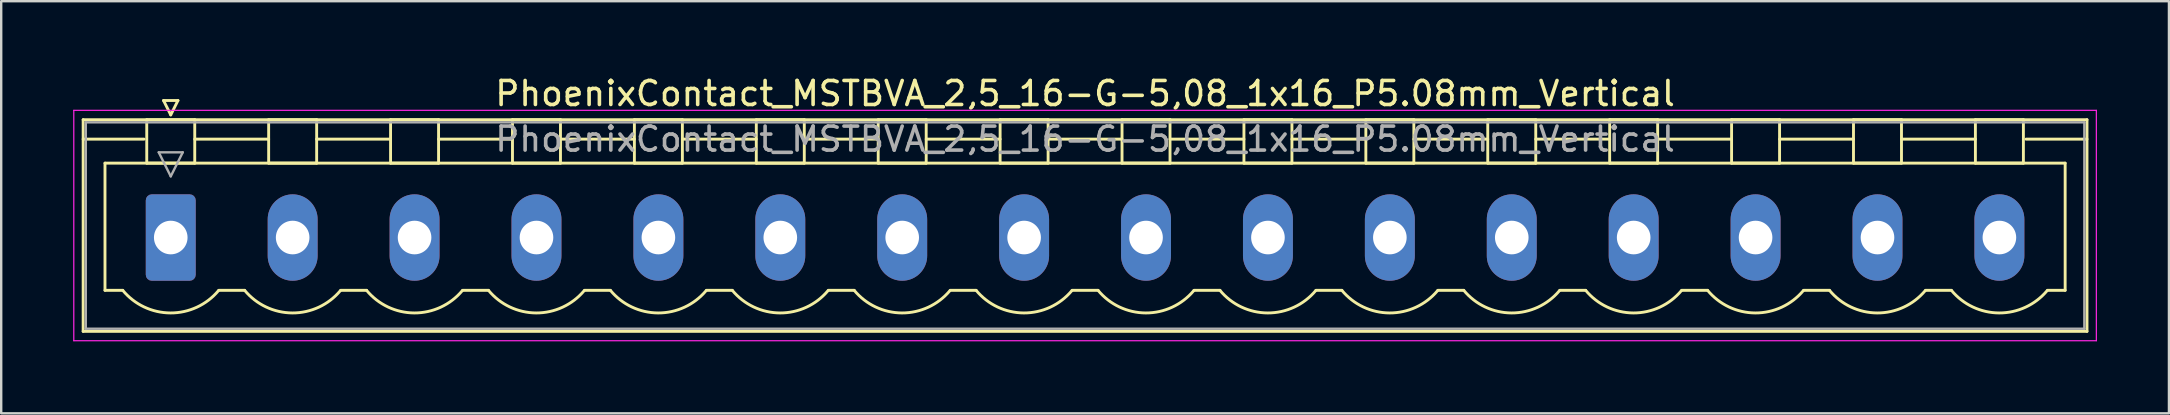
<source format=kicad_pcb>
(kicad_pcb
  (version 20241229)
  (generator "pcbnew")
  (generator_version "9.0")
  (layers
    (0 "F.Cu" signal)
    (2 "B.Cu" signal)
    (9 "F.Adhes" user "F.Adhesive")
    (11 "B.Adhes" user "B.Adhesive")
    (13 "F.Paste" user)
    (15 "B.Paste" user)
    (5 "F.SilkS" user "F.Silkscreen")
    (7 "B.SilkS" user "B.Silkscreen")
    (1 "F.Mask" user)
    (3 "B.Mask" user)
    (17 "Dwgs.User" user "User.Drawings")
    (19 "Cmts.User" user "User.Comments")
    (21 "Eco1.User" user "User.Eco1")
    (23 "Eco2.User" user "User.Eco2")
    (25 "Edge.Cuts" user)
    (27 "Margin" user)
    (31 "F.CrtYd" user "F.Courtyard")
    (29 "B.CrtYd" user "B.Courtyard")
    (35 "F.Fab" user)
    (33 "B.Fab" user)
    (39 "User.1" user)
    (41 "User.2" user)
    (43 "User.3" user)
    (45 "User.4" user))
  (footprint "PhoenixContact_MSTBVA_2,5_16-G-5,08_1x16_P5.08mm_Vertical"
    (layer "F.Cu")
    (at 4.065 6.848)
    (property "Reference" "PhoenixContact_MSTBVA_2,5_16-G-5,08_1x16_P5.08mm_Vertical" (at 38.1 -6 0) (layer "F.SilkS") (effects (font (size 1 1) (thickness 0.15))))
    (attr through_hole)
    (fp_line (start -3.65 -4.91) (end -3.65 3.91) (stroke (width 0.12) (type solid)) (layer "F.SilkS"))
    (fp_line (start -3.65 -4.1) (end -1.11 -4.1) (stroke (width 0.12) (type solid)) (layer "F.SilkS"))
    (fp_line (start -3.65 3.91) (end 79.85 3.91) (stroke (width 0.12) (type solid)) (layer "F.SilkS"))
    (fp_line (start -2.74 -3.1) (end 78.94 -3.1) (stroke (width 0.12) (type solid)) (layer "F.SilkS"))
    (fp_line (start -2.74 2.2) (end -2.74 -3.1) (stroke (width 0.12) (type solid)) (layer "F.SilkS"))
    (fp_line (start -2 2.2) (end -2.74 2.2) (stroke (width 0.12) (type solid)) (layer "F.SilkS"))
    (fp_line (start -1 -4.91) (end 1 -4.91) (stroke (width 0.12) (type solid)) (layer "F.SilkS"))
    (fp_line (start -1 -3.1) (end -1 -4.91) (stroke (width 0.12) (type solid)) (layer "F.SilkS"))
    (fp_line (start -0.3 -5.71) (end 0.3 -5.71) (stroke (width 0.12) (type solid)) (layer "F.SilkS"))
    (fp_line (start 0 -5.11) (end -0.3 -5.71) (stroke (width 0.12) (type solid)) (layer "F.SilkS"))
    (fp_line (start 0.3 -5.71) (end 0 -5.11) (stroke (width 0.12) (type solid)) (layer "F.SilkS"))
    (fp_line (start 1 -4.91) (end 1 -3.1) (stroke (width 0.12) (type solid)) (layer "F.SilkS"))
    (fp_line (start 1 -4.1) (end 4.08 -4.1) (stroke (width 0.12) (type solid)) (layer "F.SilkS"))
    (fp_line (start 1 -3.1) (end -1 -3.1) (stroke (width 0.12) (type solid)) (layer "F.SilkS"))
    (fp_line (start 2 2.2) (end 3.08 2.2) (stroke (width 0.12) (type solid)) (layer "F.SilkS"))
    (fp_line (start 4.08 -4.91) (end 6.08 -4.91) (stroke (width 0.12) (type solid)) (layer "F.SilkS"))
    (fp_line (start 4.08 -3.1) (end 4.08 -4.91) (stroke (width 0.12) (type solid)) (layer "F.SilkS"))
    (fp_line (start 6.08 -4.91) (end 6.08 -3.1) (stroke (width 0.12) (type solid)) (layer "F.SilkS"))
    (fp_line (start 6.08 -4.1) (end 9.16 -4.1) (stroke (width 0.12) (type solid)) (layer "F.SilkS"))
    (fp_line (start 6.08 -3.1) (end 4.08 -3.1) (stroke (width 0.12) (type solid)) (layer "F.SilkS"))
    (fp_line (start 7.08 2.2) (end 8.16 2.2) (stroke (width 0.12) (type solid)) (layer "F.SilkS"))
    (fp_line (start 9.16 -4.91) (end 11.16 -4.91) (stroke (width 0.12) (type solid)) (layer "F.SilkS"))
    (fp_line (start 9.16 -3.1) (end 9.16 -4.91) (stroke (width 0.12) (type solid)) (layer "F.SilkS"))
    (fp_line (start 11.16 -4.91) (end 11.16 -3.1) (stroke (width 0.12) (type solid)) (layer "F.SilkS"))
    (fp_line (start 11.16 -4.1) (end 14.24 -4.1) (stroke (width 0.12) (type solid)) (layer "F.SilkS"))
    (fp_line (start 11.16 -3.1) (end 9.16 -3.1) (stroke (width 0.12) (type solid)) (layer "F.SilkS"))
    (fp_line (start 12.16 2.2) (end 13.24 2.2) (stroke (width 0.12) (type solid)) (layer "F.SilkS"))
    (fp_line (start 14.24 -4.91) (end 16.24 -4.91) (stroke (width 0.12) (type solid)) (layer "F.SilkS"))
    (fp_line (start 14.24 -3.1) (end 14.24 -4.91) (stroke (width 0.12) (type solid)) (layer "F.SilkS"))
    (fp_line (start 16.24 -4.91) (end 16.24 -3.1) (stroke (width 0.12) (type solid)) (layer "F.SilkS"))
    (fp_line (start 16.24 -4.1) (end 19.32 -4.1) (stroke (width 0.12) (type solid)) (layer "F.SilkS"))
    (fp_line (start 16.24 -3.1) (end 14.24 -3.1) (stroke (width 0.12) (type solid)) (layer "F.SilkS"))
    (fp_line (start 17.24 2.2) (end 18.32 2.2) (stroke (width 0.12) (type solid)) (layer "F.SilkS"))
    (fp_line (start 19.32 -4.91) (end 21.32 -4.91) (stroke (width 0.12) (type solid)) (layer "F.SilkS"))
    (fp_line (start 19.32 -3.1) (end 19.32 -4.91) (stroke (width 0.12) (type solid)) (layer "F.SilkS"))
    (fp_line (start 21.32 -4.91) (end 21.32 -3.1) (stroke (width 0.12) (type solid)) (layer "F.SilkS"))
    (fp_line (start 21.32 -4.1) (end 24.4 -4.1) (stroke (width 0.12) (type solid)) (layer "F.SilkS"))
    (fp_line (start 21.32 -3.1) (end 19.32 -3.1) (stroke (width 0.12) (type solid)) (layer "F.SilkS"))
    (fp_line (start 22.32 2.2) (end 23.4 2.2) (stroke (width 0.12) (type solid)) (layer "F.SilkS"))
    (fp_line (start 24.4 -4.91) (end 26.4 -4.91) (stroke (width 0.12) (type solid)) (layer "F.SilkS"))
    (fp_line (start 24.4 -3.1) (end 24.4 -4.91) (stroke (width 0.12) (type solid)) (layer "F.SilkS"))
    (fp_line (start 26.4 -4.91) (end 26.4 -3.1) (stroke (width 0.12) (type solid)) (layer "F.SilkS"))
    (fp_line (start 26.4 -4.1) (end 29.48 -4.1) (stroke (width 0.12) (type solid)) (layer "F.SilkS"))
    (fp_line (start 26.4 -3.1) (end 24.4 -3.1) (stroke (width 0.12) (type solid)) (layer "F.SilkS"))
    (fp_line (start 27.4 2.2) (end 28.48 2.2) (stroke (width 0.12) (type solid)) (layer "F.SilkS"))
    (fp_line (start 29.48 -4.91) (end 31.48 -4.91) (stroke (width 0.12) (type solid)) (layer "F.SilkS"))
    (fp_line (start 29.48 -3.1) (end 29.48 -4.91) (stroke (width 0.12) (type solid)) (layer "F.SilkS"))
    (fp_line (start 31.48 -4.91) (end 31.48 -3.1) (stroke (width 0.12) (type solid)) (layer "F.SilkS"))
    (fp_line (start 31.48 -4.1) (end 34.56 -4.1) (stroke (width 0.12) (type solid)) (layer "F.SilkS"))
    (fp_line (start 31.48 -3.1) (end 29.48 -3.1) (stroke (width 0.12) (type solid)) (layer "F.SilkS"))
    (fp_line (start 32.48 2.2) (end 33.56 2.2) (stroke (width 0.12) (type solid)) (layer "F.SilkS"))
    (fp_line (start 34.56 -4.91) (end 36.56 -4.91) (stroke (width 0.12) (type solid)) (layer "F.SilkS"))
    (fp_line (start 34.56 -3.1) (end 34.56 -4.91) (stroke (width 0.12) (type solid)) (layer "F.SilkS"))
    (fp_line (start 36.56 -4.91) (end 36.56 -3.1) (stroke (width 0.12) (type solid)) (layer "F.SilkS"))
    (fp_line (start 36.56 -4.1) (end 39.64 -4.1) (stroke (width 0.12) (type solid)) (layer "F.SilkS"))
    (fp_line (start 36.56 -3.1) (end 34.56 -3.1) (stroke (width 0.12) (type solid)) (layer "F.SilkS"))
    (fp_line (start 37.56 2.2) (end 38.64 2.2) (stroke (width 0.12) (type solid)) (layer "F.SilkS"))
    (fp_line (start 39.64 -4.91) (end 41.64 -4.91) (stroke (width 0.12) (type solid)) (layer "F.SilkS"))
    (fp_line (start 39.64 -3.1) (end 39.64 -4.91) (stroke (width 0.12) (type solid)) (layer "F.SilkS"))
    (fp_line (start 41.64 -4.91) (end 41.64 -3.1) (stroke (width 0.12) (type solid)) (layer "F.SilkS"))
    (fp_line (start 41.64 -4.1) (end 44.72 -4.1) (stroke (width 0.12) (type solid)) (layer "F.SilkS"))
    (fp_line (start 41.64 -3.1) (end 39.64 -3.1) (stroke (width 0.12) (type solid)) (layer "F.SilkS"))
    (fp_line (start 42.64 2.2) (end 43.72 2.2) (stroke (width 0.12) (type solid)) (layer "F.SilkS"))
    (fp_line (start 44.72 -4.91) (end 46.72 -4.91) (stroke (width 0.12) (type solid)) (layer "F.SilkS"))
    (fp_line (start 44.72 -3.1) (end 44.72 -4.91) (stroke (width 0.12) (type solid)) (layer "F.SilkS"))
    (fp_line (start 46.72 -4.91) (end 46.72 -3.1) (stroke (width 0.12) (type solid)) (layer "F.SilkS"))
    (fp_line (start 46.72 -4.1) (end 49.8 -4.1) (stroke (width 0.12) (type solid)) (layer "F.SilkS"))
    (fp_line (start 46.72 -3.1) (end 44.72 -3.1) (stroke (width 0.12) (type solid)) (layer "F.SilkS"))
    (fp_line (start 47.72 2.2) (end 48.8 2.2) (stroke (width 0.12) (type solid)) (layer "F.SilkS"))
    (fp_line (start 49.8 -4.91) (end 51.8 -4.91) (stroke (width 0.12) (type solid)) (layer "F.SilkS"))
    (fp_line (start 49.8 -3.1) (end 49.8 -4.91) (stroke (width 0.12) (type solid)) (layer "F.SilkS"))
    (fp_line (start 51.8 -4.91) (end 51.8 -3.1) (stroke (width 0.12) (type solid)) (layer "F.SilkS"))
    (fp_line (start 51.8 -4.1) (end 54.88 -4.1) (stroke (width 0.12) (type solid)) (layer "F.SilkS"))
    (fp_line (start 51.8 -3.1) (end 49.8 -3.1) (stroke (width 0.12) (type solid)) (layer "F.SilkS"))
    (fp_line (start 52.8 2.2) (end 53.88 2.2) (stroke (width 0.12) (type solid)) (layer "F.SilkS"))
    (fp_line (start 54.88 -4.91) (end 56.88 -4.91) (stroke (width 0.12) (type solid)) (layer "F.SilkS"))
    (fp_line (start 54.88 -3.1) (end 54.88 -4.91) (stroke (width 0.12) (type solid)) (layer "F.SilkS"))
    (fp_line (start 56.88 -4.91) (end 56.88 -3.1) (stroke (width 0.12) (type solid)) (layer "F.SilkS"))
    (fp_line (start 56.88 -4.1) (end 59.96 -4.1) (stroke (width 0.12) (type solid)) (layer "F.SilkS"))
    (fp_line (start 56.88 -3.1) (end 54.88 -3.1) (stroke (width 0.12) (type solid)) (layer "F.SilkS"))
    (fp_line (start 57.88 2.2) (end 58.96 2.2) (stroke (width 0.12) (type solid)) (layer "F.SilkS"))
    (fp_line (start 59.96 -4.91) (end 61.96 -4.91) (stroke (width 0.12) (type solid)) (layer "F.SilkS"))
    (fp_line (start 59.96 -3.1) (end 59.96 -4.91) (stroke (width 0.12) (type solid)) (layer "F.SilkS"))
    (fp_line (start 61.96 -4.91) (end 61.96 -3.1) (stroke (width 0.12) (type solid)) (layer "F.SilkS"))
    (fp_line (start 61.96 -4.1) (end 65.04 -4.1) (stroke (width 0.12) (type solid)) (layer "F.SilkS"))
    (fp_line (start 61.96 -3.1) (end 59.96 -3.1) (stroke (width 0.12) (type solid)) (layer "F.SilkS"))
    (fp_line (start 62.96 2.2) (end 64.04 2.2) (stroke (width 0.12) (type solid)) (layer "F.SilkS"))
    (fp_line (start 65.04 -4.91) (end 67.04 -4.91) (stroke (width 0.12) (type solid)) (layer "F.SilkS"))
    (fp_line (start 65.04 -3.1) (end 65.04 -4.91) (stroke (width 0.12) (type solid)) (layer "F.SilkS"))
    (fp_line (start 67.04 -4.91) (end 67.04 -3.1) (stroke (width 0.12) (type solid)) (layer "F.SilkS"))
    (fp_line (start 67.04 -4.1) (end 70.12 -4.1) (stroke (width 0.12) (type solid)) (layer "F.SilkS"))
    (fp_line (start 67.04 -3.1) (end 65.04 -3.1) (stroke (width 0.12) (type solid)) (layer "F.SilkS"))
    (fp_line (start 68.04 2.2) (end 69.12 2.2) (stroke (width 0.12) (type solid)) (layer "F.SilkS"))
    (fp_line (start 70.12 -4.91) (end 72.12 -4.91) (stroke (width 0.12) (type solid)) (layer "F.SilkS"))
    (fp_line (start 70.12 -3.1) (end 70.12 -4.91) (stroke (width 0.12) (type solid)) (layer "F.SilkS"))
    (fp_line (start 72.12 -4.91) (end 72.12 -3.1) (stroke (width 0.12) (type solid)) (layer "F.SilkS"))
    (fp_line (start 72.12 -4.1) (end 75.2 -4.1) (stroke (width 0.12) (type solid)) (layer "F.SilkS"))
    (fp_line (start 72.12 -3.1) (end 70.12 -3.1) (stroke (width 0.12) (type solid)) (layer "F.SilkS"))
    (fp_line (start 73.12 2.2) (end 74.2 2.2) (stroke (width 0.12) (type solid)) (layer "F.SilkS"))
    (fp_line (start 75.2 -4.91) (end 77.2 -4.91) (stroke (width 0.12) (type solid)) (layer "F.SilkS"))
    (fp_line (start 75.2 -3.1) (end 75.2 -4.91) (stroke (width 0.12) (type solid)) (layer "F.SilkS"))
    (fp_line (start 77.2 -4.91) (end 77.2 -3.1) (stroke (width 0.12) (type solid)) (layer "F.SilkS"))
    (fp_line (start 77.2 -3.1) (end 75.2 -3.1) (stroke (width 0.12) (type solid)) (layer "F.SilkS"))
    (fp_line (start 78.94 -3.1) (end 78.94 2.2) (stroke (width 0.12) (type solid)) (layer "F.SilkS"))
    (fp_line (start 78.94 2.2) (end 78.2 2.2) (stroke (width 0.12) (type solid)) (layer "F.SilkS"))
    (fp_line (start 79.85 -4.91) (end -3.65 -4.91) (stroke (width 0.12) (type solid)) (layer "F.SilkS"))
    (fp_line (start 79.85 -4.1) (end 77.31 -4.1) (stroke (width 0.12) (type solid)) (layer "F.SilkS"))
    (fp_line (start 79.85 3.91) (end 79.85 -4.91) (stroke (width 0.12) (type solid)) (layer "F.SilkS"))
    (fp_arc (start 1.986842 2.215821) (mid -0.010289 3.142758) (end -2 2.2) (stroke (width 0.12) (type solid)) (layer "F.SilkS"))
    (fp_arc (start 7.066842 2.215821) (mid 5.069711 3.142758) (end 3.08 2.2) (stroke (width 0.12) (type solid)) (layer "F.SilkS"))
    (fp_arc (start 12.146842 2.215821) (mid 10.149711 3.142758) (end 8.16 2.2) (stroke (width 0.12) (type solid)) (layer "F.SilkS"))
    (fp_arc (start 17.226842 2.215821) (mid 15.229711 3.142758) (end 13.24 2.2) (stroke (width 0.12) (type solid)) (layer "F.SilkS"))
    (fp_arc (start 22.306842 2.215821) (mid 20.309711 3.142758) (end 18.32 2.2) (stroke (width 0.12) (type solid)) (layer "F.SilkS"))
    (fp_arc (start 27.386842 2.215821) (mid 25.389711 3.142758) (end 23.4 2.2) (stroke (width 0.12) (type solid)) (layer "F.SilkS"))
    (fp_arc (start 32.466842 2.215821) (mid 30.469711 3.142758) (end 28.48 2.2) (stroke (width 0.12) (type solid)) (layer "F.SilkS"))
    (fp_arc (start 37.546842 2.215821) (mid 35.549711 3.142758) (end 33.56 2.2) (stroke (width 0.12) (type solid)) (layer "F.SilkS"))
    (fp_arc (start 42.626842 2.215821) (mid 40.629711 3.142758) (end 38.64 2.2) (stroke (width 0.12) (type solid)) (layer "F.SilkS"))
    (fp_arc (start 47.706842 2.215821) (mid 45.709711 3.142758) (end 43.72 2.2) (stroke (width 0.12) (type solid)) (layer "F.SilkS"))
    (fp_arc (start 52.786842 2.215821) (mid 50.789711 3.142758) (end 48.8 2.2) (stroke (width 0.12) (type solid)) (layer "F.SilkS"))
    (fp_arc (start 57.866842 2.215821) (mid 55.869711 3.142758) (end 53.88 2.2) (stroke (width 0.12) (type solid)) (layer "F.SilkS"))
    (fp_arc (start 62.946842 2.215821) (mid 60.949711 3.142758) (end 58.96 2.2) (stroke (width 0.12) (type solid)) (layer "F.SilkS"))
    (fp_arc (start 68.026842 2.215821) (mid 66.029711 3.142758) (end 64.04 2.2) (stroke (width 0.12) (type solid)) (layer "F.SilkS"))
    (fp_arc (start 73.106842 2.215821) (mid 71.109711 3.142758) (end 69.12 2.2) (stroke (width 0.12) (type solid)) (layer "F.SilkS"))
    (fp_arc (start 78.186842 2.215821) (mid 76.189711 3.142758) (end 74.2 2.2) (stroke (width 0.12) (type solid)) (layer "F.SilkS"))
    (fp_line (start -4.04 -5.3) (end -4.04 4.3) (stroke (width 0.05) (type solid)) (layer "F.CrtYd"))
    (fp_line (start -4.04 4.3) (end 80.24 4.3) (stroke (width 0.05) (type solid)) (layer "F.CrtYd"))
    (fp_line (start 80.24 -5.3) (end -4.04 -5.3) (stroke (width 0.05) (type solid)) (layer "F.CrtYd"))
    (fp_line (start 80.24 4.3) (end 80.24 -5.3) (stroke (width 0.05) (type solid)) (layer "F.CrtYd"))
    (fp_line (start -3.54 -4.8) (end -3.54 3.8) (stroke (width 0.1) (type solid)) (layer "F.Fab"))
    (fp_line (start -3.54 3.8) (end 79.74 3.8) (stroke (width 0.1) (type solid)) (layer "F.Fab"))
    (fp_line (start -0.5 -3.55) (end 0.5 -3.55) (stroke (width 0.1) (type solid)) (layer "F.Fab"))
    (fp_line (start 0 -2.55) (end -0.5 -3.55) (stroke (width 0.1) (type solid)) (layer "F.Fab"))
    (fp_line (start 0.5 -3.55) (end 0 -2.55) (stroke (width 0.1) (type solid)) (layer "F.Fab"))
    (fp_line (start 79.74 -4.8) (end -3.54 -4.8) (stroke (width 0.1) (type solid)) (layer "F.Fab"))
    (fp_line (start 79.74 3.8) (end 79.74 -4.8) (stroke (width 0.1) (type solid)) (layer "F.Fab"))
    (fp_text user "${REFERENCE}" (at 38.1 -4.1 0) (layer "F.Fab") (effects (font (size 1 1) (thickness 0.15))))
    (pad "1" thru_hole roundrect (at 0 0) (size 2.08 3.6) (drill 1.4) (layers "*.Cu" "*.Mask") (roundrect_rratio 0.12))
    (pad "2" thru_hole oval (at 5.08 0) (size 2.08 3.6) (drill 1.4) (layers "*.Cu" "*.Mask"))
    (pad "3" thru_hole oval (at 10.16 0) (size 2.08 3.6) (drill 1.4) (layers "*.Cu" "*.Mask"))
    (pad "4" thru_hole oval (at 15.24 0) (size 2.08 3.6) (drill 1.4) (layers "*.Cu" "*.Mask"))
    (pad "5" thru_hole oval (at 20.32 0) (size 2.08 3.6) (drill 1.4) (layers "*.Cu" "*.Mask"))
    (pad "6" thru_hole oval (at 25.4 0) (size 2.08 3.6) (drill 1.4) (layers "*.Cu" "*.Mask"))
    (pad "7" thru_hole oval (at 30.48 0) (size 2.08 3.6) (drill 1.4) (layers "*.Cu" "*.Mask"))
    (pad "8" thru_hole oval (at 35.56 0) (size 2.08 3.6) (drill 1.4) (layers "*.Cu" "*.Mask"))
    (pad "9" thru_hole oval (at 40.64 0) (size 2.08 3.6) (drill 1.4) (layers "*.Cu" "*.Mask"))
    (pad "10" thru_hole oval (at 45.72 0) (size 2.08 3.6) (drill 1.4) (layers "*.Cu" "*.Mask"))
    (pad "11" thru_hole oval (at 50.8 0) (size 2.08 3.6) (drill 1.4) (layers "*.Cu" "*.Mask"))
    (pad "12" thru_hole oval (at 55.88 0) (size 2.08 3.6) (drill 1.4) (layers "*.Cu" "*.Mask"))
    (pad "13" thru_hole oval (at 60.96 0) (size 2.08 3.6) (drill 1.4) (layers "*.Cu" "*.Mask"))
    (pad "14" thru_hole oval (at 66.04 0) (size 2.08 3.6) (drill 1.4) (layers "*.Cu" "*.Mask"))
    (pad "15" thru_hole oval (at 71.12 0) (size 2.08 3.6) (drill 1.4) (layers "*.Cu" "*.Mask"))
    (pad "16" thru_hole oval (at 76.2 0) (size 2.08 3.6) (drill 1.4) (layers "*.Cu" "*.Mask")))
  (gr_rect
    (start -3 -3)
    (end 87.33 14.173)
    (stroke (width 0.1) (type default))
    (fill no)
    (layer "Edge.Cuts")))
</source>
